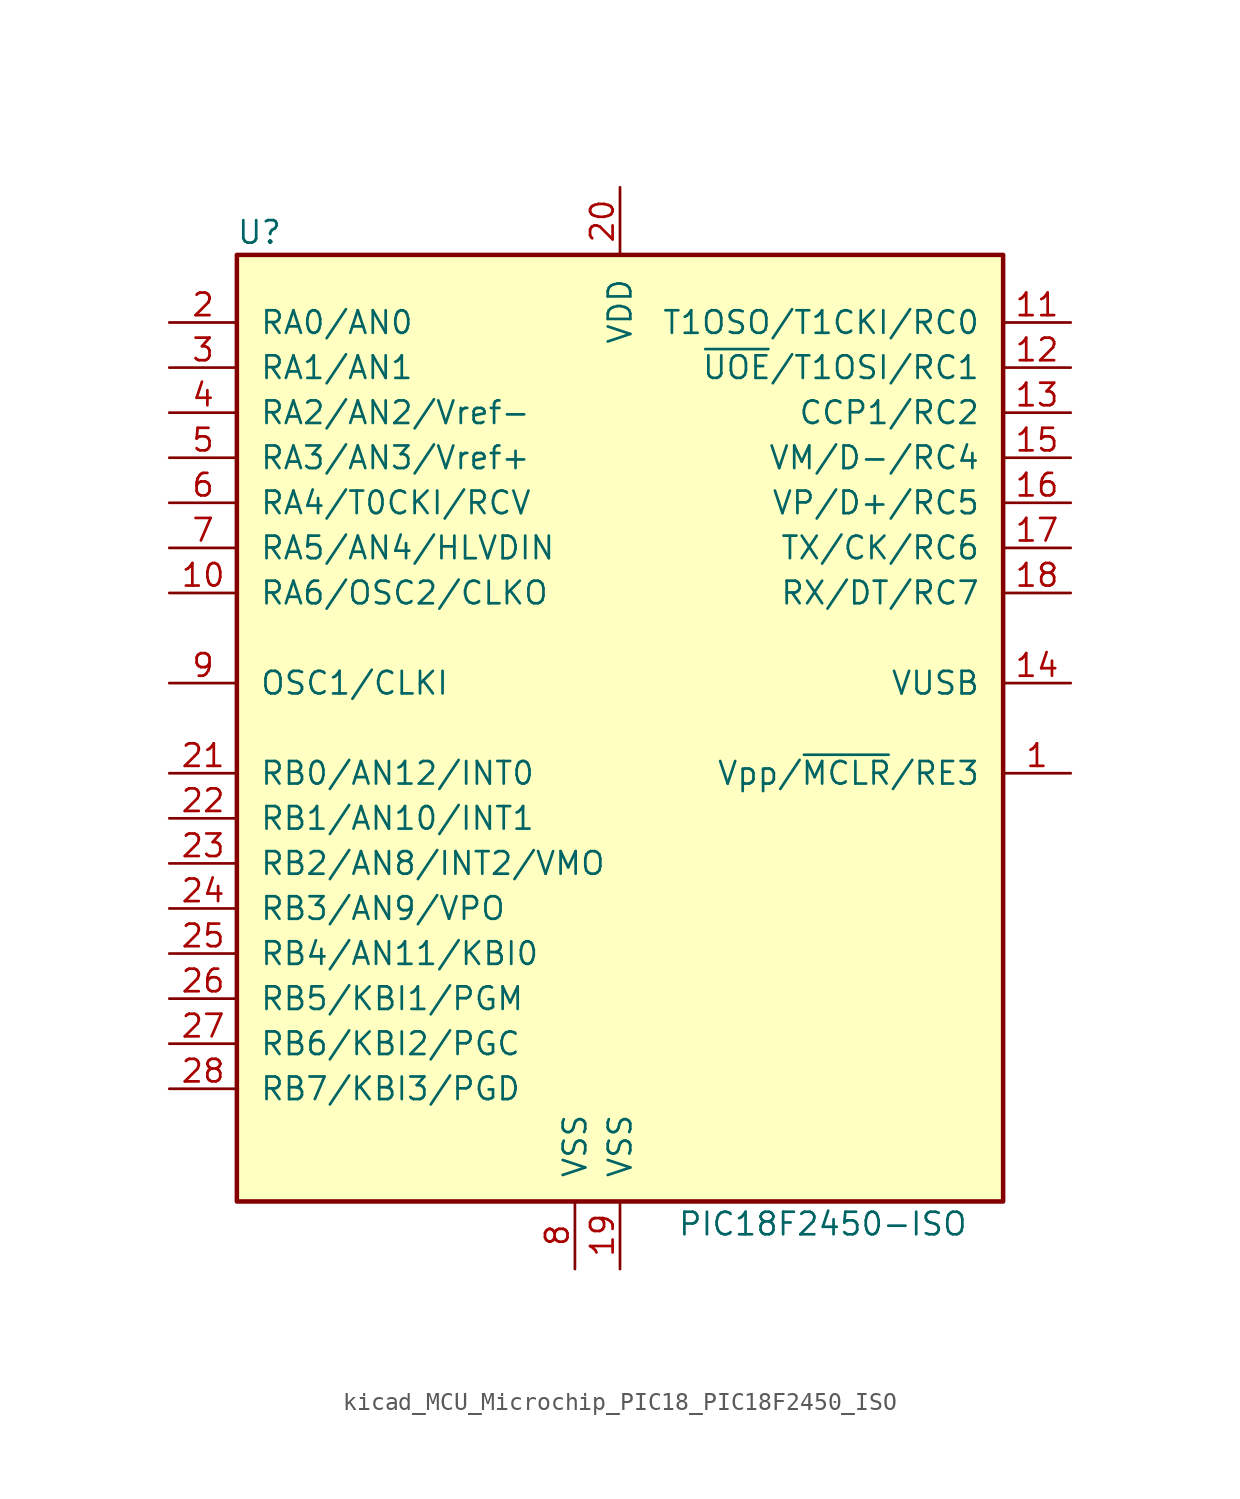
<source format=kicad_sym>
(kicad_symbol_lib
  (version 20220914)
  (generator kicad_symbol_editor)
  (symbol "kicad_MCU_Microchip_PIC18_PIC18F2450_ISO"
    (pin_names
      (offset 1.27))
    (property "Reference" "U"
      (at -20.32 27.94 0)
      (effects (font (size 1.27 1.27))))
    (property "Value" "PIC18F2450-ISO"
      (at 11.43 -27.94 0)
      (effects (font (size 1.27 1.27))))
    (symbol "kicad_MCU_Microchip_PIC18_PIC18F2450_ISO_0_1"
      (rectangle (start -21.59 26.67) (end 21.59 -26.67) (stroke (width 0.254) (type default)) (fill (type background))))
    (symbol "kicad_MCU_Microchip_PIC18_PIC18F2450_ISO_1_1"
      (pin input line (at 25.4 -2.54 180) (length 3.81) (name "Vpp/~{MCLR}/RE3" (effects (font (size 1.27 1.27)))) (number "1" (effects (font (size 1.27 1.27)))))
      (pin output line (at -25.4 7.62 0) (length 3.81) (name "RA6/OSC2/CLKO" (effects (font (size 1.27 1.27)))) (number "10" (effects (font (size 1.27 1.27)))))
      (pin bidirectional line (at 25.4 22.86 180) (length 3.81) (name "T1OSO/T1CKI/RC0" (effects (font (size 1.27 1.27)))) (number "11" (effects (font (size 1.27 1.27)))))
      (pin bidirectional line (at 25.4 20.32 180) (length 3.81) (name "~{UOE}/T1OSI/RC1" (effects (font (size 1.27 1.27)))) (number "12" (effects (font (size 1.27 1.27)))))
      (pin bidirectional line (at 25.4 17.78 180) (length 3.81) (name "CCP1/RC2" (effects (font (size 1.27 1.27)))) (number "13" (effects (font (size 1.27 1.27)))))
      (pin bidirectional line (at 25.4 2.54 180) (length 3.81) (name "VUSB" (effects (font (size 1.27 1.27)))) (number "14" (effects (font (size 1.27 1.27)))))
      (pin bidirectional line (at 25.4 15.24 180) (length 3.81) (name "VM/D-/RC4" (effects (font (size 1.27 1.27)))) (number "15" (effects (font (size 1.27 1.27)))))
      (pin bidirectional line (at 25.4 12.7 180) (length 3.81) (name "VP/D+/RC5" (effects (font (size 1.27 1.27)))) (number "16" (effects (font (size 1.27 1.27)))))
      (pin bidirectional line (at 25.4 10.16 180) (length 3.81) (name "TX/CK/RC6" (effects (font (size 1.27 1.27)))) (number "17" (effects (font (size 1.27 1.27)))))
      (pin bidirectional line (at 25.4 7.62 180) (length 3.81) (name "RX/DT/RC7" (effects (font (size 1.27 1.27)))) (number "18" (effects (font (size 1.27 1.27)))))
      (pin power_in line (at 0 -30.48 90) (length 3.81) (name "VSS" (effects (font (size 1.27 1.27)))) (number "19" (effects (font (size 1.27 1.27)))))
      (pin bidirectional line (at -25.4 22.86 0) (length 3.81) (name "RA0/AN0" (effects (font (size 1.27 1.27)))) (number "2" (effects (font (size 1.27 1.27)))))
      (pin power_in line (at 0 30.48 270) (length 3.81) (name "VDD" (effects (font (size 1.27 1.27)))) (number "20" (effects (font (size 1.27 1.27)))))
      (pin bidirectional line (at -25.4 -2.54 0) (length 3.81) (name "RB0/AN12/INT0" (effects (font (size 1.27 1.27)))) (number "21" (effects (font (size 1.27 1.27)))))
      (pin bidirectional line (at -25.4 -5.08 0) (length 3.81) (name "RB1/AN10/INT1" (effects (font (size 1.27 1.27)))) (number "22" (effects (font (size 1.27 1.27)))))
      (pin bidirectional line (at -25.4 -7.62 0) (length 3.81) (name "RB2/AN8/INT2/VMO" (effects (font (size 1.27 1.27)))) (number "23" (effects (font (size 1.27 1.27)))))
      (pin bidirectional line (at -25.4 -10.16 0) (length 3.81) (name "RB3/AN9/VPO" (effects (font (size 1.27 1.27)))) (number "24" (effects (font (size 1.27 1.27)))))
      (pin bidirectional line (at -25.4 -12.7 0) (length 3.81) (name "RB4/AN11/KBI0" (effects (font (size 1.27 1.27)))) (number "25" (effects (font (size 1.27 1.27)))))
      (pin bidirectional line (at -25.4 -15.24 0) (length 3.81) (name "RB5/KBI1/PGM" (effects (font (size 1.27 1.27)))) (number "26" (effects (font (size 1.27 1.27)))))
      (pin bidirectional line (at -25.4 -17.78 0) (length 3.81) (name "RB6/KBI2/PGC" (effects (font (size 1.27 1.27)))) (number "27" (effects (font (size 1.27 1.27)))))
      (pin bidirectional line (at -25.4 -20.32 0) (length 3.81) (name "RB7/KBI3/PGD" (effects (font (size 1.27 1.27)))) (number "28" (effects (font (size 1.27 1.27)))))
      (pin bidirectional line (at -25.4 20.32 0) (length 3.81) (name "RA1/AN1" (effects (font (size 1.27 1.27)))) (number "3" (effects (font (size 1.27 1.27)))))
      (pin bidirectional line (at -25.4 17.78 0) (length 3.81) (name "RA2/AN2/Vref-" (effects (font (size 1.27 1.27)))) (number "4" (effects (font (size 1.27 1.27)))))
      (pin bidirectional line (at -25.4 15.24 0) (length 3.81) (name "RA3/AN3/Vref+" (effects (font (size 1.27 1.27)))) (number "5" (effects (font (size 1.27 1.27)))))
      (pin bidirectional line (at -25.4 12.7 0) (length 3.81) (name "RA4/T0CKI/RCV" (effects (font (size 1.27 1.27)))) (number "6" (effects (font (size 1.27 1.27)))))
      (pin bidirectional line (at -25.4 10.16 0) (length 3.81) (name "RA5/AN4/HLVDIN" (effects (font (size 1.27 1.27)))) (number "7" (effects (font (size 1.27 1.27)))))
      (pin power_in line (at -2.54 -30.48 90) (length 3.81) (name "VSS" (effects (font (size 1.27 1.27)))) (number "8" (effects (font (size 1.27 1.27)))))
      (pin input line (at -25.4 2.54 0) (length 3.81) (name "OSC1/CLKI" (effects (font (size 1.27 1.27)))) (number "9" (effects (font (size 1.27 1.27))))))))
</source>
